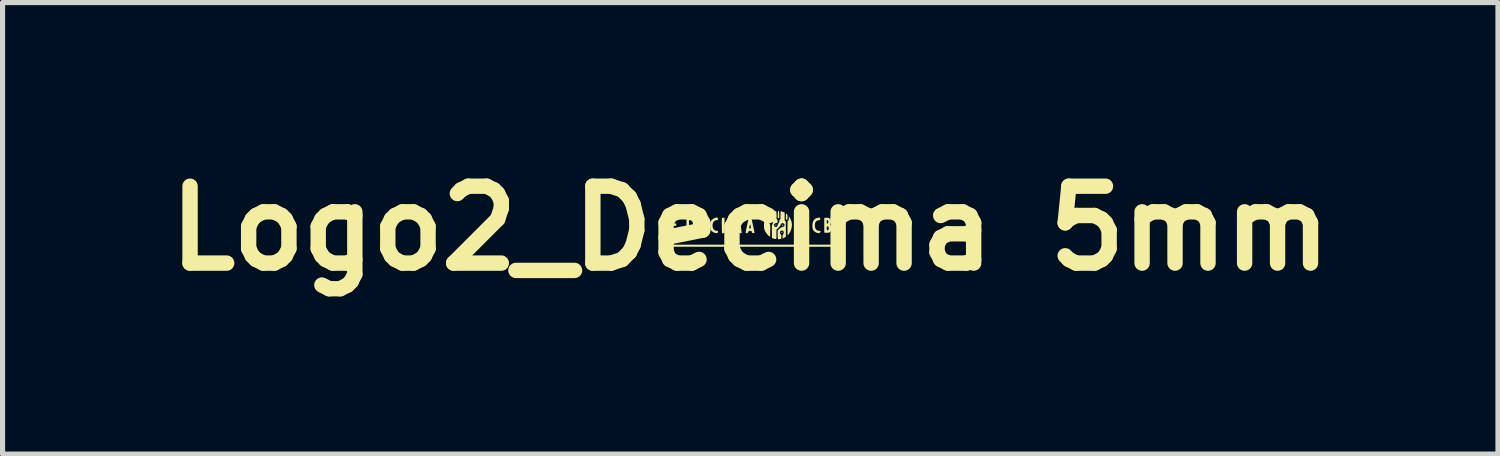
<source format=kicad_pcb>
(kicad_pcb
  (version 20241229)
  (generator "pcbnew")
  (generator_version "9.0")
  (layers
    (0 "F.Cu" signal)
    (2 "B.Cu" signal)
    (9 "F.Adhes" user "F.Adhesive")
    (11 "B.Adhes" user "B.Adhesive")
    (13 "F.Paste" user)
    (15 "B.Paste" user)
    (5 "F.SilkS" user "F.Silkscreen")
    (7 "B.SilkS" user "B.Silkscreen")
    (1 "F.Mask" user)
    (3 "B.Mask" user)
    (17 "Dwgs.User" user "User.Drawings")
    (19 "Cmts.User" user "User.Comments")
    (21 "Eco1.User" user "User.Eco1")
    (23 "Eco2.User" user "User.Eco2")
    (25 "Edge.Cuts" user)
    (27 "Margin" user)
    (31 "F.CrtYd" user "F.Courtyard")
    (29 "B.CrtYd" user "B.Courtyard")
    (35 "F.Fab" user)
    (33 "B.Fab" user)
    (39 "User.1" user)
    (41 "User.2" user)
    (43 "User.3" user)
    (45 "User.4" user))
  (footprint "Logo2_Decima 5mm"
    (layer "F.Cu")
    (at 11.586 1.404)
    (property "Reference" "Logo2_Decima 5mm" (at 0 0 0) (layer "F.SilkS") (effects (font (size 1.5 1.5) (thickness 0.3))))
    (attr board_only exclude_from_pos_files exclude_from_bom)
    (fp_poly (pts (xy 0.627 0.076) (xy 0.626 0.086) (xy 0.616 0.094) (xy 0.607 0.09) (xy 0.606 0.084) (xy 0.613 0.073) (xy 0.619 0.072)) (stroke (width 0) (type solid)) (fill yes) (layer "F.SilkS"))
    (fp_poly (pts (xy 0.413 -0.121) (xy 0.415 -0.116) (xy 0.41 -0.105) (xy 0.399 -0.107) (xy 0.396 -0.109) (xy 0.391 -0.121) (xy 0.399 -0.127) (xy 0.403 -0.128)) (stroke (width 0) (type solid)) (fill yes) (layer "F.SilkS"))
    (fp_poly (pts (xy 0.509 -0.068) (xy 0.51 -0.064) (xy 0.505 -0.054) (xy 0.495 -0.051) (xy 0.492 -0.053) (xy 0.487 -0.065) (xy 0.495 -0.072) (xy 0.498 -0.072)) (stroke (width 0) (type solid)) (fill yes) (layer "F.SilkS"))
    (fp_poly (pts (xy 0.634 -0.069) (xy 0.643 -0.061) (xy 0.642 -0.056) (xy 0.631 -0.048) (xy 0.619 -0.055) (xy 0.618 -0.056) (xy 0.616 -0.068) (xy 0.626 -0.071)) (stroke (width 0) (type solid)) (fill yes) (layer "F.SilkS"))
    (fp_poly (pts (xy 1.587 0.339) (xy 1.587 0.359) (xy 0.008 0.359) (xy -1.571 0.359) (xy -1.571 0.339) (xy -1.571 0.319) (xy 0.008 0.319) (xy 1.587 0.319)) (stroke (width 0) (type solid)) (fill yes) (layer "F.SilkS"))
    (fp_poly (pts (xy -1.331 0.053) (xy -1.324 0.06) (xy -1.318 0.073) (xy -1.324 0.084) (xy -1.338 0.094) (xy -1.345 0.096) (xy -1.357 0.089) (xy -1.361 0.084) (xy -1.362 0.066) (xy -1.355 0.052) (xy -1.345 0.048)) (stroke (width 0) (type solid)) (fill yes) (layer "F.SilkS"))
    (fp_poly (pts (xy 0.556 -0.336) (xy 0.56 -0.325) (xy 0.563 -0.303) (xy 0.565 -0.269) (xy 0.565 -0.236) (xy 0.565 -0.215) (xy 0.562 -0.204) (xy 0.557 -0.2) (xy 0.55 -0.199) (xy 0.542 -0.2) (xy 0.538 -0.205) (xy 0.535 -0.218) (xy 0.535 -0.24) (xy 0.536 -0.269) (xy 0.538 -0.304) (xy 0.54 -0.325) (xy 0.544 -0.336) (xy 0.55 -0.339)) (stroke (width 0) (type solid)) (fill yes) (layer "F.SilkS"))
    (fp_poly (pts (xy 0.705 -0.282) (xy 0.71 -0.279) (xy 0.719 -0.272) (xy 0.724 -0.259) (xy 0.725 -0.237) (xy 0.726 -0.219) (xy 0.725 -0.191) (xy 0.723 -0.176) (xy 0.718 -0.169) (xy 0.71 -0.167) (xy 0.702 -0.169) (xy 0.697 -0.175) (xy 0.695 -0.19) (xy 0.694 -0.216) (xy 0.694 -0.228) (xy 0.694 -0.258) (xy 0.695 -0.275) (xy 0.699 -0.282)) (stroke (width 0) (type solid)) (fill yes) (layer "F.SilkS"))
    (fp_poly (pts (xy 0.775 -0.199) (xy 0.802 -0.14) (xy 0.813 -0.078) (xy 0.808 -0.015) (xy 0.788 0.047) (xy 0.783 0.057) (xy 0.768 0.085) (xy 0.753 0.109) (xy 0.742 0.123) (xy 0.726 0.138) (xy 0.726 -0.002) (xy 0.726 -0.054) (xy 0.727 -0.092) (xy 0.728 -0.118) (xy 0.73 -0.135) (xy 0.734 -0.143) (xy 0.737 -0.146) (xy 0.746 -0.158) (xy 0.751 -0.184) (xy 0.751 -0.193) (xy 0.754 -0.235)) (stroke (width 0) (type solid)) (fill yes) (layer "F.SilkS"))
    (fp_poly (pts (xy -0.501 -0.064) (xy -0.5 -0.017) (xy -0.5 0.024) (xy -0.5 0.057) (xy -0.5 0.079) (xy -0.501 0.088) (xy -0.509 0.092) (xy -0.525 0.095) (xy -0.541 0.096) (xy -0.55 0.095) (xy -0.551 0.094) (xy -0.552 0.078) (xy -0.553 0.05) (xy -0.554 0.014) (xy -0.555 -0.027) (xy -0.556 -0.069) (xy -0.557 -0.11) (xy -0.557 -0.145) (xy -0.556 -0.171) (xy -0.555 -0.186) (xy -0.555 -0.187) (xy -0.548 -0.202) (xy -0.532 -0.207) (xy -0.527 -0.207) (xy -0.503 -0.207)) (stroke (width 0) (type solid)) (fill yes) (layer "F.SilkS"))
    (fp_poly (pts (xy 0.389 -0.228) (xy 0.39 -0.191) (xy 0.388 -0.166) (xy 0.384 -0.151) (xy 0.379 -0.144) (xy 0.368 -0.121) (xy 0.372 -0.098) (xy 0.379 -0.087) (xy 0.384 -0.08) (xy 0.387 -0.067) (xy 0.389 -0.046) (xy 0.39 -0.015) (xy 0.389 0.028) (xy 0.389 0.049) (xy 0.387 0.171) (xy 0.349 0.137) (xy 0.324 0.109) (xy 0.3 0.076) (xy 0.289 0.057) (xy 0.279 0.033) (xy 0.272 0.012) (xy 0.268 -0.013) (xy 0.267 -0.045) (xy 0.267 -0.064) (xy 0.27 -0.118) (xy 0.28 -0.163) (xy 0.298 -0.201) (xy 0.326 -0.238) (xy 0.346 -0.258) (xy 0.387 -0.299)) (stroke (width 0) (type solid)) (fill yes) (layer "F.SilkS"))
    (fp_poly (pts (xy -1.443 -0.183) (xy -1.444 -0.169) (xy -1.451 -0.162) (xy -1.466 -0.16) (xy -1.479 -0.159) (xy -1.515 -0.159) (xy -1.515 -0.128) (xy -1.515 -0.096) (xy -1.479 -0.096) (xy -1.457 -0.095) (xy -1.447 -0.091) (xy -1.444 -0.081) (xy -1.443 -0.072) (xy -1.444 -0.057) (xy -1.451 -0.05) (xy -1.466 -0.048) (xy -1.479 -0.048) (xy -1.515 -0.048) (xy -1.515 -0.008) (xy -1.515 0.031) (xy -1.481 0.033) (xy -1.46 0.036) (xy -1.45 0.042) (xy -1.446 0.055) (xy -1.445 0.062) (xy -1.442 0.088) (xy -1.507 0.088) (xy -1.571 0.088) (xy -1.571 -0.06) (xy -1.571 -0.207) (xy -1.507 -0.207) (xy -1.443 -0.207)) (stroke (width 0) (type solid)) (fill yes) (layer "F.SilkS"))
    (fp_poly (pts (xy -0.88 -0.209) (xy -0.868 -0.205) (xy -0.862 -0.196) (xy -0.861 -0.183) (xy -0.862 -0.168) (xy -0.869 -0.162) (xy -0.884 -0.16) (xy -0.897 -0.159) (xy -0.933 -0.159) (xy -0.933 -0.128) (xy -0.933 -0.096) (xy -0.897 -0.096) (xy -0.875 -0.095) (xy -0.865 -0.091) (xy -0.861 -0.081) (xy -0.861 -0.072) (xy -0.863 -0.057) (xy -0.87 -0.05) (xy -0.887 -0.047) (xy -0.895 -0.046) (xy -0.929 -0.044) (xy -0.931 -0.006) (xy -0.934 0.031) (xy -0.9 0.033) (xy -0.878 0.036) (xy -0.868 0.042) (xy -0.864 0.055) (xy -0.863 0.062) (xy -0.86 0.088) (xy -0.925 0.088) (xy -0.989 0.088) (xy -0.989 -0.059) (xy -0.989 -0.206) (xy -0.938 -0.209) (xy -0.903 -0.21)) (stroke (width 0) (type solid)) (fill yes) (layer "F.SilkS"))
    (fp_poly (pts (xy 1.356 -0.206) (xy 1.363 -0.192) (xy 1.365 -0.183) (xy 1.364 -0.168) (xy 1.353 -0.162) (xy 1.348 -0.161) (xy 1.309 -0.153) (xy 1.282 -0.135) (xy 1.266 -0.108) (xy 1.26 -0.069) (xy 1.26 -0.057) (xy 1.265 -0.012) (xy 1.279 0.02) (xy 1.303 0.04) (xy 1.337 0.048) (xy 1.343 0.048) (xy 1.364 0.05) (xy 1.371 0.059) (xy 1.365 0.077) (xy 1.363 0.08) (xy 1.348 0.093) (xy 1.324 0.094) (xy 1.291 0.085) (xy 1.275 0.077) (xy 1.246 0.057) (xy 1.226 0.034) (xy 1.215 0.002) (xy 1.211 -0.041) (xy 1.211 -0.05) (xy 1.215 -0.105) (xy 1.231 -0.148) (xy 1.257 -0.18) (xy 1.294 -0.2) (xy 1.314 -0.206) (xy 1.341 -0.21)) (stroke (width 0) (type solid)) (fill yes) (layer "F.SilkS"))
    (fp_poly (pts (xy -0.635 -0.204) (xy -0.63 -0.184) (xy -0.63 -0.183) (xy -0.632 -0.167) (xy -0.64 -0.161) (xy -0.657 -0.159) (xy -0.689 -0.152) (xy -0.713 -0.133) (xy -0.73 -0.103) (xy -0.737 -0.066) (xy -0.734 -0.024) (xy -0.732 -0.018) (xy -0.717 0.016) (xy -0.693 0.039) (xy -0.661 0.048) (xy -0.656 0.048) (xy -0.638 0.049) (xy -0.631 0.055) (xy -0.631 0.07) (xy -0.637 0.086) (xy -0.65 0.093) (xy -0.658 0.094) (xy -0.68 0.092) (xy -0.707 0.083) (xy -0.718 0.078) (xy -0.75 0.056) (xy -0.771 0.029) (xy -0.782 -0.007) (xy -0.785 -0.052) (xy -0.782 -0.1) (xy -0.771 -0.137) (xy -0.751 -0.165) (xy -0.719 -0.188) (xy -0.708 -0.194) (xy -0.673 -0.209) (xy -0.649 -0.212)) (stroke (width 0) (type solid)) (fill yes) (layer "F.SilkS"))
    (fp_poly (pts (xy 1.041 -0.206) (xy 1.079 -0.201) (xy 1.105 -0.19) (xy 1.121 -0.171) (xy 1.129 -0.141) (xy 1.131 -0.117) (xy 1.132 -0.088) (xy 1.13 -0.069) (xy 1.123 -0.054) (xy 1.115 -0.045) (xy 1.094 -0.028) (xy 1.069 -0.017) (xy 1.069 -0.017) (xy 1.041 -0.011) (xy 1.038 0.042) (xy 1.037 0.071) (xy 1.034 0.087) (xy 1.029 0.094) (xy 1.019 0.096) (xy 1.012 0.096) (xy 0.989 0.096) (xy 0.989 -0.057) (xy 0.989 -0.108) (xy 1.037 -0.108) (xy 1.037 -0.08) (xy 1.039 -0.064) (xy 1.045 -0.057) (xy 1.052 -0.056) (xy 1.069 -0.062) (xy 1.076 -0.071) (xy 1.084 -0.096) (xy 1.083 -0.122) (xy 1.076 -0.144) (xy 1.062 -0.157) (xy 1.052 -0.159) (xy 1.044 -0.158) (xy 1.039 -0.15) (xy 1.037 -0.134) (xy 1.037 -0.108) (xy 0.989 -0.108) (xy 0.989 -0.209)) (stroke (width 0) (type solid)) (fill yes) (layer "F.SilkS"))
    (fp_poly (pts (xy -1.194 -0.207) (xy -1.148 -0.203) (xy -1.113 -0.188) (xy -1.089 -0.163) (xy -1.073 -0.126) (xy -1.066 -0.076) (xy -1.065 -0.056) (xy -1.066 -0.021) (xy -1.069 0.003) (xy -1.077 0.022) (xy -1.083 0.034) (xy -1.098 0.054) (xy -1.113 0.069) (xy -1.117 0.072) (xy -1.133 0.077) (xy -1.158 0.083) (xy -1.187 0.087) (xy -1.213 0.09) (xy -1.231 0.09) (xy -1.235 0.09) (xy -1.238 0.083) (xy -1.241 0.065) (xy -1.243 0.035) (xy -1.244 -0.009) (xy -1.244 -0.06) (xy -1.196 -0.06) (xy -1.196 -0.019) (xy -1.196 0.009) (xy -1.194 0.027) (xy -1.191 0.036) (xy -1.186 0.039) (xy -1.178 0.04) (xy -1.178 0.04) (xy -1.159 0.034) (xy -1.141 0.021) (xy -1.141 0.02) (xy -1.126 -0.005) (xy -1.118 -0.039) (xy -1.117 -0.077) (xy -1.123 -0.112) (xy -1.136 -0.139) (xy -1.141 -0.144) (xy -1.16 -0.156) (xy -1.176 -0.159) (xy -1.196 -0.159) (xy -1.196 -0.06) (xy -1.244 -0.06) (xy -1.244 -0.06) (xy -1.244 -0.207)) (stroke (width 0) (type solid)) (fill yes) (layer "F.SilkS"))
    (fp_poly (pts (xy 0.051 -0.066) (xy 0.061 -0.02) (xy 0.07 0.02) (xy 0.076 0.053) (xy 0.081 0.075) (xy 0.083 0.084) (xy 0.077 0.09) (xy 0.062 0.094) (xy 0.045 0.093) (xy 0.035 0.083) (xy 0.031 0.072) (xy 0.023 0.055) (xy 0.012 0.049) (xy -0.007 0.049) (xy -0.027 0.053) (xy -0.037 0.063) (xy -0.04 0.072) (xy -0.05 0.089) (xy -0.065 0.094) (xy -0.082 0.094) (xy -0.09 0.09) (xy -0.09 0.08) (xy -0.087 0.058) (xy -0.081 0.025) (xy -0.074 -0.008) (xy -0.022 -0.008) (xy -0.018 -0.001) (xy -0.004 0) (xy 0.011 -0.002) (xy 0.014 -0.011) (xy 0.013 -0.014) (xy 0.009 -0.031) (xy 0.004 -0.054) (xy 0.004 -0.056) (xy -0.001 -0.073) (xy -0.004 -0.076) (xy -0.008 -0.068) (xy -0.014 -0.048) (xy -0.02 -0.026) (xy -0.022 -0.008) (xy -0.074 -0.008) (xy -0.072 -0.016) (xy -0.063 -0.056) (xy -0.053 -0.101) (xy -0.045 -0.141) (xy -0.038 -0.173) (xy -0.034 -0.194) (xy -0.032 -0.201) (xy -0.025 -0.205) (xy -0.008 -0.207) (xy -0.005 -0.207) (xy 0.021 -0.207)) (stroke (width 0) (type solid)) (fill yes) (layer "F.SilkS"))
    (fp_poly (pts (xy 1.516 -0.206) (xy 1.535 -0.2) (xy 1.55 -0.189) (xy 1.551 -0.188) (xy 1.565 -0.164) (xy 1.571 -0.134) (xy 1.568 -0.104) (xy 1.559 -0.085) (xy 1.553 -0.072) (xy 1.558 -0.061) (xy 1.563 -0.056) (xy 1.578 -0.032) (xy 1.583 -0.002) (xy 1.58 0.029) (xy 1.569 0.057) (xy 1.55 0.076) (xy 1.543 0.08) (xy 1.522 0.085) (xy 1.495 0.087) (xy 1.483 0.088) (xy 1.459 0.087) (xy 1.448 0.084) (xy 1.444 0.075) (xy 1.443 0.068) (xy 1.443 0.053) (xy 1.443 0.025) (xy 1.443 0) (xy 1.491 0) (xy 1.494 0.027) (xy 1.501 0.04) (xy 1.514 0.037) (xy 1.522 0.03) (xy 1.531 0.013) (xy 1.531 -0.008) (xy 1.525 -0.027) (xy 1.513 -0.039) (xy 1.506 -0.04) (xy 1.497 -0.037) (xy 1.493 -0.028) (xy 1.491 -0.007) (xy 1.491 0) (xy 1.443 0) (xy 1.443 -0.011) (xy 1.443 -0.053) (xy 1.443 -0.064) (xy 1.443 -0.106) (xy 1.443 -0.128) (xy 1.491 -0.128) (xy 1.493 -0.101) (xy 1.497 -0.089) (xy 1.506 -0.091) (xy 1.514 -0.097) (xy 1.522 -0.115) (xy 1.522 -0.137) (xy 1.513 -0.155) (xy 1.507 -0.159) (xy 1.498 -0.163) (xy 1.493 -0.16) (xy 1.491 -0.145) (xy 1.491 -0.128) (xy 1.443 -0.128) (xy 1.443 -0.143) (xy 1.443 -0.172) (xy 1.443 -0.189) (xy 1.443 -0.191) (xy 1.445 -0.201) (xy 1.454 -0.205) (xy 1.472 -0.207) (xy 1.488 -0.207)) (stroke (width 0) (type solid)) (fill yes) (layer "F.SilkS"))
    (fp_poly (pts (xy -0.222 -0.207) (xy -0.215 -0.206) (xy -0.21 -0.201) (xy -0.205 -0.19) (xy -0.201 -0.172) (xy -0.197 -0.143) (xy -0.192 -0.102) (xy -0.188 -0.064) (xy -0.182 -0.022) (xy -0.177 0.017) (xy -0.173 0.048) (xy -0.17 0.068) (xy -0.17 0.07) (xy -0.168 0.087) (xy -0.174 0.094) (xy -0.19 0.096) (xy -0.203 0.095) (xy -0.212 0.09) (xy -0.218 0.078) (xy -0.223 0.057) (xy -0.227 0.023) (xy -0.227 0.018) (xy -0.231 -0.008) (xy -0.236 -0.026) (xy -0.24 -0.032) (xy -0.244 -0.025) (xy -0.251 -0.005) (xy -0.258 0.022) (xy -0.26 0.032) (xy -0.267 0.063) (xy -0.273 0.082) (xy -0.279 0.092) (xy -0.287 0.095) (xy -0.295 0.096) (xy -0.306 0.095) (xy -0.313 0.09) (xy -0.32 0.078) (xy -0.327 0.056) (xy -0.335 0.027) (xy -0.345 -0.007) (xy -0.352 -0.026) (xy -0.359 -0.029) (xy -0.364 -0.017) (xy -0.368 0.011) (xy -0.371 0.037) (xy -0.374 0.067) (xy -0.378 0.085) (xy -0.383 0.093) (xy -0.391 0.096) (xy -0.398 0.096) (xy -0.416 0.094) (xy -0.424 0.092) (xy -0.424 0.083) (xy -0.423 0.061) (xy -0.42 0.028) (xy -0.416 -0.013) (xy -0.411 -0.058) (xy -0.395 -0.203) (xy -0.37 -0.206) (xy -0.355 -0.206) (xy -0.346 -0.202) (xy -0.339 -0.19) (xy -0.334 -0.167) (xy -0.331 -0.152) (xy -0.324 -0.117) (xy -0.315 -0.086) (xy -0.307 -0.062) (xy -0.3 -0.047) (xy -0.295 -0.045) (xy -0.291 -0.055) (xy -0.284 -0.077) (xy -0.276 -0.108) (xy -0.271 -0.13) (xy -0.263 -0.165) (xy -0.257 -0.187) (xy -0.251 -0.2) (xy -0.245 -0.206) (xy -0.235 -0.207) (xy -0.231 -0.207)) (stroke (width 0) (type solid)) (fill yes) (layer "F.SilkS"))
    (fp_poly (pts (xy 0.601 -0.333) (xy 0.62 -0.327) (xy 0.633 -0.322) (xy 0.67 -0.31) (xy 0.67 -0.227) (xy 0.67 -0.188) (xy 0.672 -0.164) (xy 0.674 -0.15) (xy 0.679 -0.144) (xy 0.682 -0.144) (xy 0.686 -0.142) (xy 0.689 -0.134) (xy 0.691 -0.12) (xy 0.693 -0.096) (xy 0.693 -0.062) (xy 0.694 -0.014) (xy 0.694 0.012) (xy 0.694 0.167) (xy 0.662 0.183) (xy 0.63 0.2) (xy 0.63 0.161) (xy 0.633 0.13) (xy 0.641 0.113) (xy 0.642 0.112) (xy 0.652 0.094) (xy 0.653 0.073) (xy 0.645 0.054) (xy 0.638 0.048) (xy 0.615 0.043) (xy 0.594 0.05) (xy 0.581 0.067) (xy 0.579 0.091) (xy 0.579 0.094) (xy 0.588 0.109) (xy 0.595 0.115) (xy 0.602 0.125) (xy 0.606 0.149) (xy 0.606 0.162) (xy 0.606 0.187) (xy 0.602 0.201) (xy 0.595 0.207) (xy 0.581 0.21) (xy 0.561 0.214) (xy 0.548 0.214) (xy 0.54 0.208) (xy 0.536 0.194) (xy 0.534 0.169) (xy 0.534 0.13) (xy 0.534 0.128) (xy 0.534 0.041) (xy 0.568 0.009) (xy 0.596 -0.014) (xy 0.618 -0.023) (xy 0.623 -0.024) (xy 0.645 -0.03) (xy 0.662 -0.045) (xy 0.67 -0.064) (xy 0.67 -0.065) (xy 0.663 -0.081) (xy 0.648 -0.096) (xy 0.631 -0.104) (xy 0.629 -0.104) (xy 0.613 -0.097) (xy 0.598 -0.082) (xy 0.59 -0.064) (xy 0.59 -0.061) (xy 0.585 -0.05) (xy 0.57 -0.032) (xy 0.55 -0.011) (xy 0.51 0.026) (xy 0.51 0.117) (xy 0.51 0.156) (xy 0.51 0.182) (xy 0.508 0.197) (xy 0.504 0.205) (xy 0.498 0.207) (xy 0.492 0.207) (xy 0.471 0.205) (xy 0.448 0.199) (xy 0.423 0.19) (xy 0.422 0.073) (xy 0.421 0.024) (xy 0.421 -0.012) (xy 0.422 -0.038) (xy 0.423 -0.055) (xy 0.425 -0.068) (xy 0.429 -0.078) (xy 0.434 -0.088) (xy 0.436 -0.093) (xy 0.444 -0.111) (xy 0.444 -0.124) (xy 0.436 -0.139) (xy 0.429 -0.153) (xy 0.425 -0.175) (xy 0.423 -0.206) (xy 0.423 -0.237) (xy 0.423 -0.316) (xy 0.449 -0.325) (xy 0.473 -0.332) (xy 0.492 -0.335) (xy 0.493 -0.335) (xy 0.501 -0.334) (xy 0.506 -0.33) (xy 0.509 -0.319) (xy 0.51 -0.299) (xy 0.51 -0.266) (xy 0.51 -0.255) (xy 0.511 -0.217) (xy 0.513 -0.192) (xy 0.516 -0.177) (xy 0.521 -0.171) (xy 0.522 -0.17) (xy 0.53 -0.16) (xy 0.534 -0.142) (xy 0.533 -0.123) (xy 0.528 -0.11) (xy 0.524 -0.108) (xy 0.509 -0.104) (xy 0.493 -0.1) (xy 0.47 -0.089) (xy 0.46 -0.071) (xy 0.465 -0.047) (xy 0.481 -0.03) (xy 0.5 -0.024) (xy 0.518 -0.031) (xy 0.531 -0.047) (xy 0.534 -0.064) (xy 0.54 -0.085) (xy 0.55 -0.1) (xy 0.563 -0.121) (xy 0.566 -0.14) (xy 0.57 -0.161) (xy 0.578 -0.17) (xy 0.584 -0.176) (xy 0.587 -0.188) (xy 0.589 -0.211) (xy 0.59 -0.247) (xy 0.59 -0.255) (xy 0.59 -0.288) (xy 0.591 -0.315) (xy 0.592 -0.331) (xy 0.593 -0.335)) (stroke (width 0) (type solid)) (fill yes) (layer "F.SilkS")))
  (gr_rect
    (start -3 -3)
    (end 26.171 5.808)
    (stroke (width 0.1) (type default))
    (fill no)
    (layer "Edge.Cuts")))
</source>
